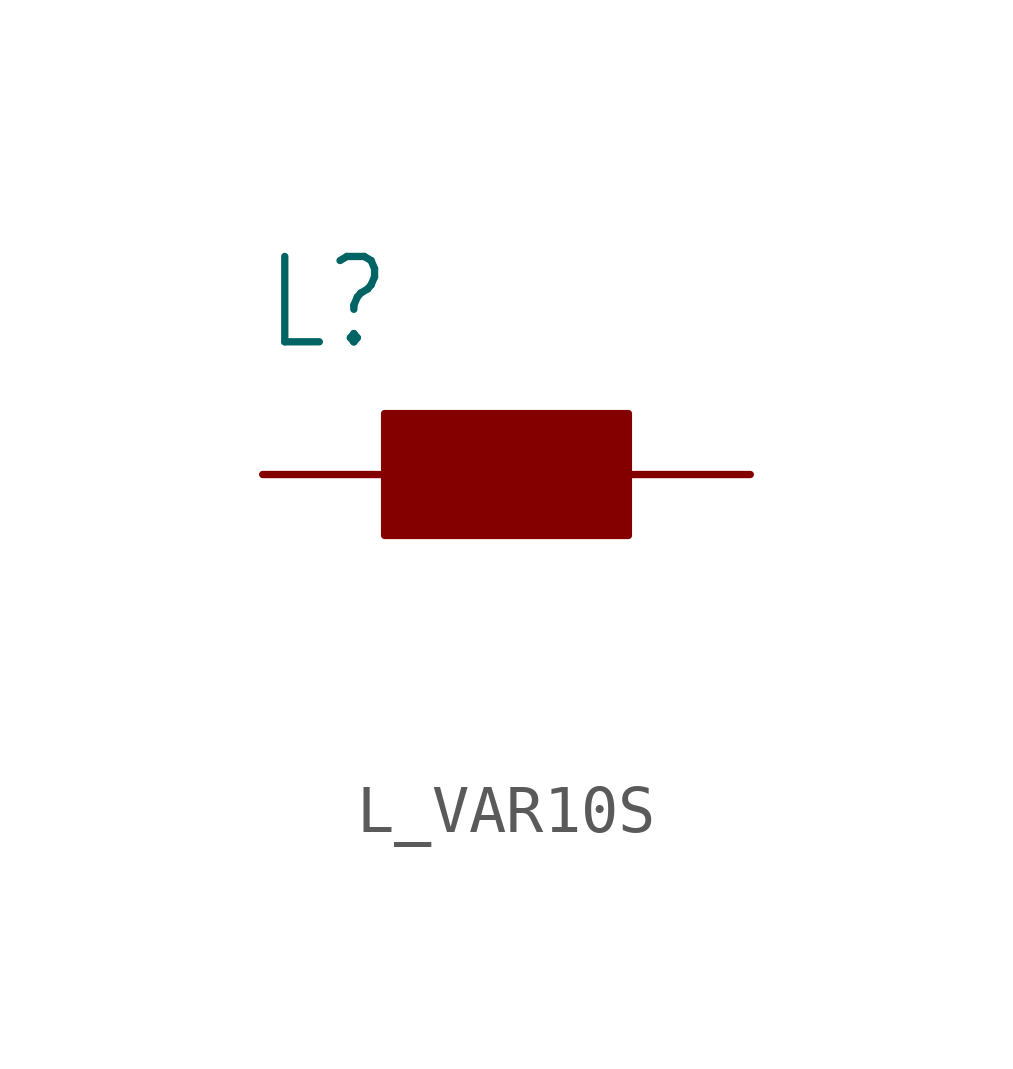
<source format=kicad_sym>
(kicad_symbol_lib
  (version 20220914)
  (generator kicad_symbol_editor)
  (symbol "L_VAR10S"
    (property "Reference" "L"
      (at -5.08 2.54 0)
      (effects (font (size 1.778 1.511)) (justify left bottom)))
    (property "Value" ""
      (at -5.08 -5.08 0)
      (effects (font (size 1.778 1.511)) (justify left bottom)))
    (property "ki_locked" ""
      (at 0 0 0)
      (effects (font (size 1.27 1.27))))
    (symbol "L_VAR10S_1_0"
      (rectangle (start -2.54 -1.27) (end 2.54 1.27) (stroke (width 0) (type default)) (fill (type outline)))
      (pin bidirectional line (at -5.08 0 0) (length 2.54) (name "P$1" (effects (font (size 0 0)))) (number "P$1" (effects (font (size 0 0)))))
      (pin bidirectional line (at 5.08 0 180) (length 2.54) (name "P$2" (effects (font (size 0 0)))) (number "P$2" (effects (font (size 0 0))))))))
</source>
